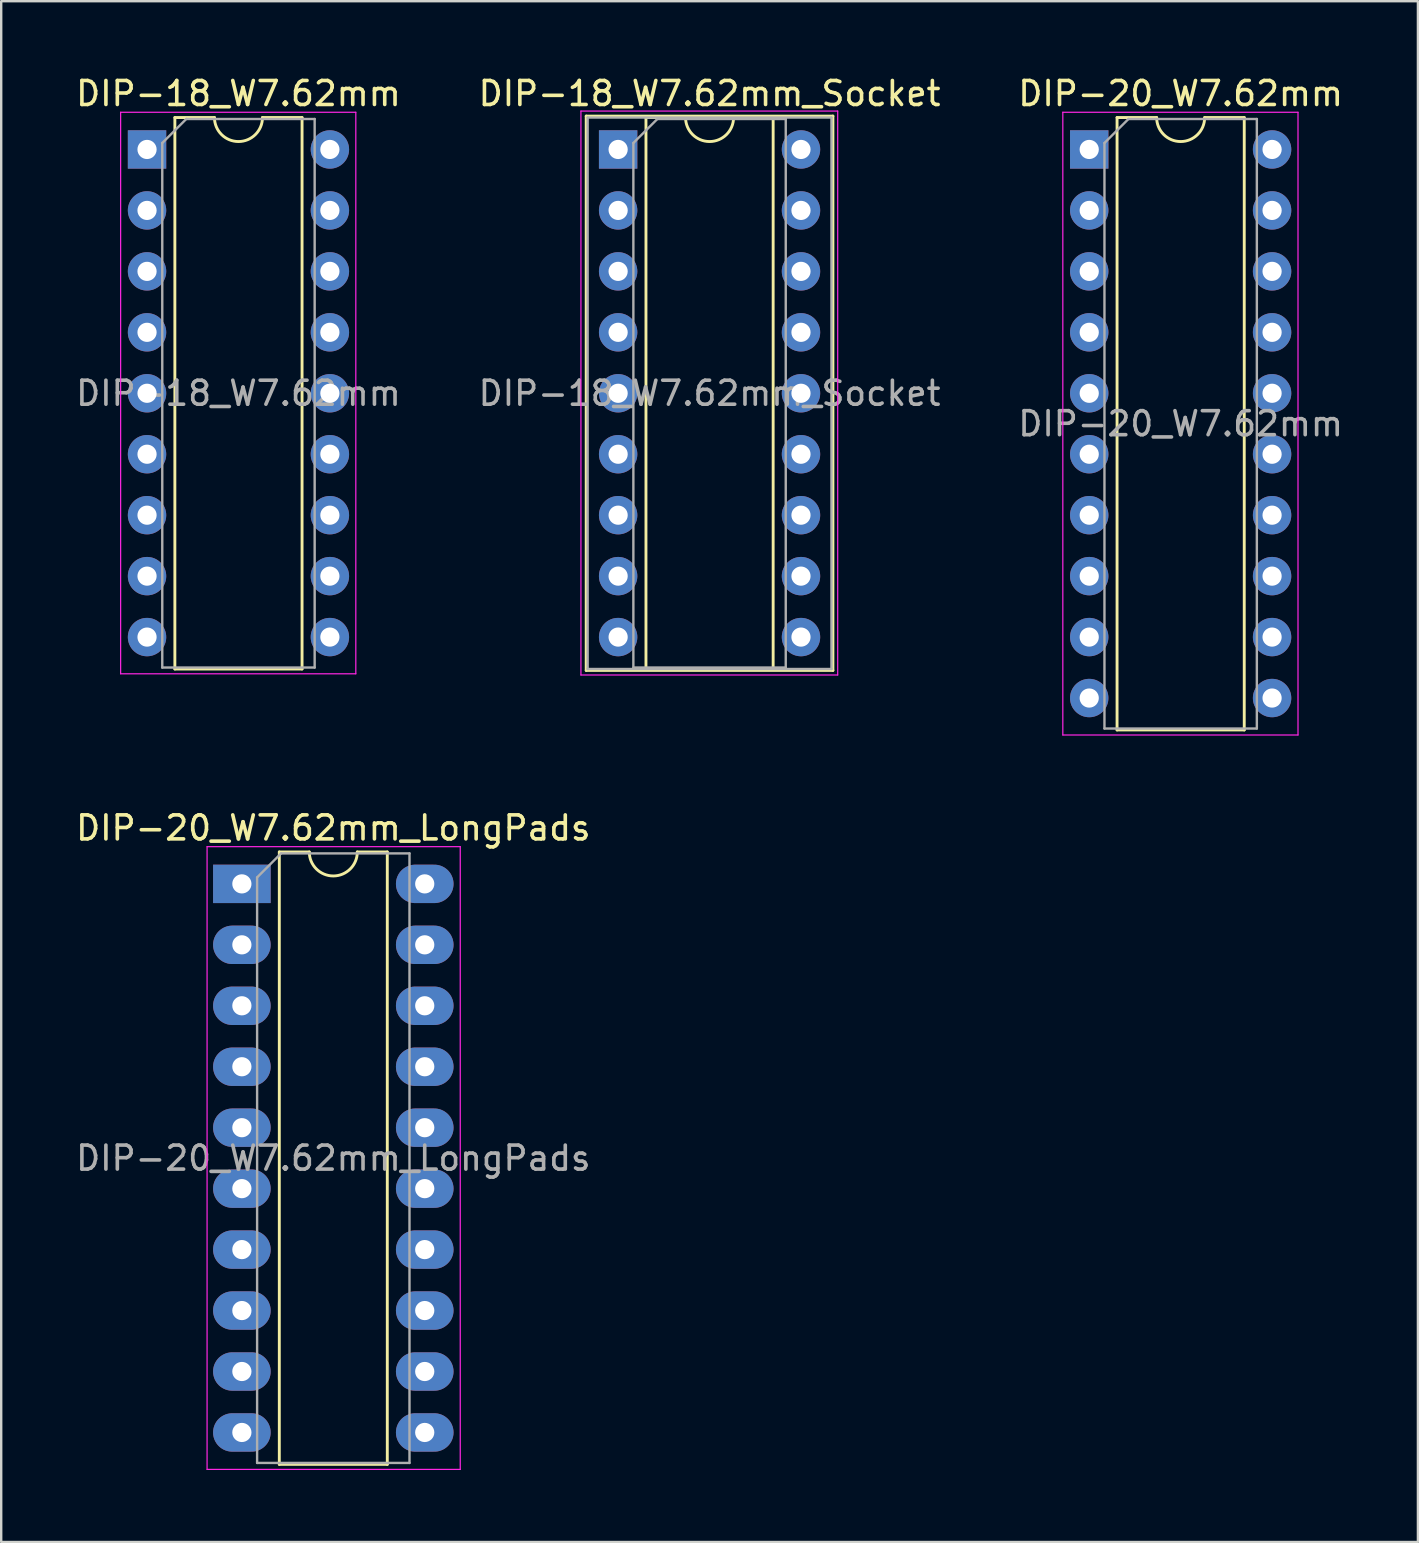
<source format=kicad_pcb>
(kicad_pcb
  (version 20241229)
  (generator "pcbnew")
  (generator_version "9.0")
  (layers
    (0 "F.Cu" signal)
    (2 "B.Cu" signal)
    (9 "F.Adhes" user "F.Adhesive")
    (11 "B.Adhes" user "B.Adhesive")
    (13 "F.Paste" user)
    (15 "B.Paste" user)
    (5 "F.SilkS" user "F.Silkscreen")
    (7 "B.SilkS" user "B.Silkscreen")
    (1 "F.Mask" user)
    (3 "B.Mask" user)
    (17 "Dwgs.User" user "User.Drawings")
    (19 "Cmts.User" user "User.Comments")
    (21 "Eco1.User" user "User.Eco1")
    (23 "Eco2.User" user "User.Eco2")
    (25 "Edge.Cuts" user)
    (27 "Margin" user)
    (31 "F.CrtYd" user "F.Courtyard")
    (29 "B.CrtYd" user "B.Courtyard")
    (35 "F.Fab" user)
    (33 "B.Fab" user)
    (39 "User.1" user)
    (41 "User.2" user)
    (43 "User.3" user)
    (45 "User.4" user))
  (footprint "DIP-18_W7.62mm_Socket"
    (layer "F.Cu")
    (at 22.708 3.178)
    (property "Reference" "DIP-18_W7.62mm_Socket" (at 3.81 -2.33 0) (layer "F.SilkS") (effects (font (size 1 1) (thickness 0.15))))
    (attr through_hole)
    (fp_line (start -1.33 -1.39) (end -1.33 21.71) (stroke (width 0.12) (type solid)) (layer "F.SilkS"))
    (fp_line (start -1.33 21.71) (end 8.95 21.71) (stroke (width 0.12) (type solid)) (layer "F.SilkS"))
    (fp_line (start 1.16 -1.33) (end 1.16 21.65) (stroke (width 0.12) (type solid)) (layer "F.SilkS"))
    (fp_line (start 1.16 21.65) (end 6.46 21.65) (stroke (width 0.12) (type solid)) (layer "F.SilkS"))
    (fp_line (start 2.81 -1.33) (end 1.16 -1.33) (stroke (width 0.12) (type solid)) (layer "F.SilkS"))
    (fp_line (start 6.46 -1.33) (end 4.81 -1.33) (stroke (width 0.12) (type solid)) (layer "F.SilkS"))
    (fp_line (start 6.46 21.65) (end 6.46 -1.33) (stroke (width 0.12) (type solid)) (layer "F.SilkS"))
    (fp_line (start 8.95 -1.39) (end -1.33 -1.39) (stroke (width 0.12) (type solid)) (layer "F.SilkS"))
    (fp_line (start 8.95 21.71) (end 8.95 -1.39) (stroke (width 0.12) (type solid)) (layer "F.SilkS"))
    (fp_arc (start 4.81 -1.33) (mid 3.81 -0.33) (end 2.81 -1.33) (stroke (width 0.12) (type solid)) (layer "F.SilkS"))
    (fp_line (start -1.55 -1.6) (end -1.55 21.9) (stroke (width 0.05) (type solid)) (layer "F.CrtYd"))
    (fp_line (start -1.55 21.9) (end 9.15 21.9) (stroke (width 0.05) (type solid)) (layer "F.CrtYd"))
    (fp_line (start 9.15 -1.6) (end -1.55 -1.6) (stroke (width 0.05) (type solid)) (layer "F.CrtYd"))
    (fp_line (start 9.15 21.9) (end 9.15 -1.6) (stroke (width 0.05) (type solid)) (layer "F.CrtYd"))
    (fp_line (start -1.27 -1.33) (end -1.27 21.65) (stroke (width 0.1) (type solid)) (layer "F.Fab"))
    (fp_line (start -1.27 21.65) (end 8.89 21.65) (stroke (width 0.1) (type solid)) (layer "F.Fab"))
    (fp_line (start 0.635 -0.27) (end 1.635 -1.27) (stroke (width 0.1) (type solid)) (layer "F.Fab"))
    (fp_line (start 0.635 21.59) (end 0.635 -0.27) (stroke (width 0.1) (type solid)) (layer "F.Fab"))
    (fp_line (start 1.635 -1.27) (end 6.985 -1.27) (stroke (width 0.1) (type solid)) (layer "F.Fab"))
    (fp_line (start 6.985 -1.27) (end 6.985 21.59) (stroke (width 0.1) (type solid)) (layer "F.Fab"))
    (fp_line (start 6.985 21.59) (end 0.635 21.59) (stroke (width 0.1) (type solid)) (layer "F.Fab"))
    (fp_line (start 8.89 -1.33) (end -1.27 -1.33) (stroke (width 0.1) (type solid)) (layer "F.Fab"))
    (fp_line (start 8.89 21.65) (end 8.89 -1.33) (stroke (width 0.1) (type solid)) (layer "F.Fab"))
    (fp_text user "${REFERENCE}" (at 3.81 10.16 0) (layer "F.Fab") (effects (font (size 1 1) (thickness 0.15))))
    (pad "1" thru_hole rect (at 0 0) (size 1.6 1.6) (drill 0.8) (layers "*.Cu" "*.Mask"))
    (pad "2" thru_hole oval (at 0 2.54) (size 1.6 1.6) (drill 0.8) (layers "*.Cu" "*.Mask"))
    (pad "3" thru_hole oval (at 0 5.08) (size 1.6 1.6) (drill 0.8) (layers "*.Cu" "*.Mask"))
    (pad "4" thru_hole oval (at 0 7.62) (size 1.6 1.6) (drill 0.8) (layers "*.Cu" "*.Mask"))
    (pad "5" thru_hole oval (at 0 10.16) (size 1.6 1.6) (drill 0.8) (layers "*.Cu" "*.Mask"))
    (pad "6" thru_hole oval (at 0 12.7) (size 1.6 1.6) (drill 0.8) (layers "*.Cu" "*.Mask"))
    (pad "7" thru_hole oval (at 0 15.24) (size 1.6 1.6) (drill 0.8) (layers "*.Cu" "*.Mask"))
    (pad "8" thru_hole oval (at 0 17.78) (size 1.6 1.6) (drill 0.8) (layers "*.Cu" "*.Mask"))
    (pad "9" thru_hole oval (at 0 20.32) (size 1.6 1.6) (drill 0.8) (layers "*.Cu" "*.Mask"))
    (pad "10" thru_hole oval (at 7.62 20.32) (size 1.6 1.6) (drill 0.8) (layers "*.Cu" "*.Mask"))
    (pad "11" thru_hole oval (at 7.62 17.78) (size 1.6 1.6) (drill 0.8) (layers "*.Cu" "*.Mask"))
    (pad "12" thru_hole oval (at 7.62 15.24) (size 1.6 1.6) (drill 0.8) (layers "*.Cu" "*.Mask"))
    (pad "13" thru_hole oval (at 7.62 12.7) (size 1.6 1.6) (drill 0.8) (layers "*.Cu" "*.Mask"))
    (pad "14" thru_hole oval (at 7.62 10.16) (size 1.6 1.6) (drill 0.8) (layers "*.Cu" "*.Mask"))
    (pad "15" thru_hole oval (at 7.62 7.62) (size 1.6 1.6) (drill 0.8) (layers "*.Cu" "*.Mask"))
    (pad "16" thru_hole oval (at 7.62 5.08) (size 1.6 1.6) (drill 0.8) (layers "*.Cu" "*.Mask"))
    (pad "17" thru_hole oval (at 7.62 2.54) (size 1.6 1.6) (drill 0.8) (layers "*.Cu" "*.Mask"))
    (pad "18" thru_hole oval (at 7.62 0) (size 1.6 1.6) (drill 0.8) (layers "*.Cu" "*.Mask")))
  (footprint "DIP-20_W7.62mm"
    (layer "F.Cu")
    (at 42.339 3.178)
    (property "Reference" "DIP-20_W7.62mm" (at 3.81 -2.33 0) (layer "F.SilkS") (effects (font (size 1 1) (thickness 0.15))))
    (attr through_hole)
    (fp_line (start 1.16 -1.33) (end 1.16 24.19) (stroke (width 0.12) (type solid)) (layer "F.SilkS"))
    (fp_line (start 1.16 24.19) (end 6.46 24.19) (stroke (width 0.12) (type solid)) (layer "F.SilkS"))
    (fp_line (start 2.81 -1.33) (end 1.16 -1.33) (stroke (width 0.12) (type solid)) (layer "F.SilkS"))
    (fp_line (start 6.46 -1.33) (end 4.81 -1.33) (stroke (width 0.12) (type solid)) (layer "F.SilkS"))
    (fp_line (start 6.46 24.19) (end 6.46 -1.33) (stroke (width 0.12) (type solid)) (layer "F.SilkS"))
    (fp_arc (start 4.81 -1.33) (mid 3.81 -0.33) (end 2.81 -1.33) (stroke (width 0.12) (type solid)) (layer "F.SilkS"))
    (fp_line (start -1.1 -1.55) (end -1.1 24.4) (stroke (width 0.05) (type solid)) (layer "F.CrtYd"))
    (fp_line (start -1.1 24.4) (end 8.7 24.4) (stroke (width 0.05) (type solid)) (layer "F.CrtYd"))
    (fp_line (start 8.7 -1.55) (end -1.1 -1.55) (stroke (width 0.05) (type solid)) (layer "F.CrtYd"))
    (fp_line (start 8.7 24.4) (end 8.7 -1.55) (stroke (width 0.05) (type solid)) (layer "F.CrtYd"))
    (fp_line (start 0.635 -0.27) (end 1.635 -1.27) (stroke (width 0.1) (type solid)) (layer "F.Fab"))
    (fp_line (start 0.635 24.13) (end 0.635 -0.27) (stroke (width 0.1) (type solid)) (layer "F.Fab"))
    (fp_line (start 1.635 -1.27) (end 6.985 -1.27) (stroke (width 0.1) (type solid)) (layer "F.Fab"))
    (fp_line (start 6.985 -1.27) (end 6.985 24.13) (stroke (width 0.1) (type solid)) (layer "F.Fab"))
    (fp_line (start 6.985 24.13) (end 0.635 24.13) (stroke (width 0.1) (type solid)) (layer "F.Fab"))
    (fp_text user "${REFERENCE}" (at 3.81 11.43 0) (layer "F.Fab") (effects (font (size 1 1) (thickness 0.15))))
    (pad "1" thru_hole rect (at 0 0) (size 1.6 1.6) (drill 0.8) (layers "*.Cu" "*.Mask"))
    (pad "2" thru_hole oval (at 0 2.54) (size 1.6 1.6) (drill 0.8) (layers "*.Cu" "*.Mask"))
    (pad "3" thru_hole oval (at 0 5.08) (size 1.6 1.6) (drill 0.8) (layers "*.Cu" "*.Mask"))
    (pad "4" thru_hole oval (at 0 7.62) (size 1.6 1.6) (drill 0.8) (layers "*.Cu" "*.Mask"))
    (pad "5" thru_hole oval (at 0 10.16) (size 1.6 1.6) (drill 0.8) (layers "*.Cu" "*.Mask"))
    (pad "6" thru_hole oval (at 0 12.7) (size 1.6 1.6) (drill 0.8) (layers "*.Cu" "*.Mask"))
    (pad "7" thru_hole oval (at 0 15.24) (size 1.6 1.6) (drill 0.8) (layers "*.Cu" "*.Mask"))
    (pad "8" thru_hole oval (at 0 17.78) (size 1.6 1.6) (drill 0.8) (layers "*.Cu" "*.Mask"))
    (pad "9" thru_hole oval (at 0 20.32) (size 1.6 1.6) (drill 0.8) (layers "*.Cu" "*.Mask"))
    (pad "10" thru_hole oval (at 0 22.86) (size 1.6 1.6) (drill 0.8) (layers "*.Cu" "*.Mask"))
    (pad "11" thru_hole oval (at 7.62 22.86) (size 1.6 1.6) (drill 0.8) (layers "*.Cu" "*.Mask"))
    (pad "12" thru_hole oval (at 7.62 20.32) (size 1.6 1.6) (drill 0.8) (layers "*.Cu" "*.Mask"))
    (pad "13" thru_hole oval (at 7.62 17.78) (size 1.6 1.6) (drill 0.8) (layers "*.Cu" "*.Mask"))
    (pad "14" thru_hole oval (at 7.62 15.24) (size 1.6 1.6) (drill 0.8) (layers "*.Cu" "*.Mask"))
    (pad "15" thru_hole oval (at 7.62 12.7) (size 1.6 1.6) (drill 0.8) (layers "*.Cu" "*.Mask"))
    (pad "16" thru_hole oval (at 7.62 10.16) (size 1.6 1.6) (drill 0.8) (layers "*.Cu" "*.Mask"))
    (pad "17" thru_hole oval (at 7.62 7.62) (size 1.6 1.6) (drill 0.8) (layers "*.Cu" "*.Mask"))
    (pad "18" thru_hole oval (at 7.62 5.08) (size 1.6 1.6) (drill 0.8) (layers "*.Cu" "*.Mask"))
    (pad "19" thru_hole oval (at 7.62 2.54) (size 1.6 1.6) (drill 0.8) (layers "*.Cu" "*.Mask"))
    (pad "20" thru_hole oval (at 7.62 0) (size 1.6 1.6) (drill 0.8) (layers "*.Cu" "*.Mask")))
  (footprint "DIP-20_W7.62mm_LongPads"
    (layer "F.Cu")
    (at 7.029 33.782)
    (property "Reference" "DIP-20_W7.62mm_LongPads" (at 3.81 -2.33 0) (layer "F.SilkS") (effects (font (size 1 1) (thickness 0.15))))
    (attr through_hole)
    (fp_line (start 1.56 -1.33) (end 1.56 24.19) (stroke (width 0.12) (type solid)) (layer "F.SilkS"))
    (fp_line (start 1.56 24.19) (end 6.06 24.19) (stroke (width 0.12) (type solid)) (layer "F.SilkS"))
    (fp_line (start 2.81 -1.33) (end 1.56 -1.33) (stroke (width 0.12) (type solid)) (layer "F.SilkS"))
    (fp_line (start 6.06 -1.33) (end 4.81 -1.33) (stroke (width 0.12) (type solid)) (layer "F.SilkS"))
    (fp_line (start 6.06 24.19) (end 6.06 -1.33) (stroke (width 0.12) (type solid)) (layer "F.SilkS"))
    (fp_arc (start 4.81 -1.33) (mid 3.81 -0.33) (end 2.81 -1.33) (stroke (width 0.12) (type solid)) (layer "F.SilkS"))
    (fp_line (start -1.45 -1.55) (end -1.45 24.4) (stroke (width 0.05) (type solid)) (layer "F.CrtYd"))
    (fp_line (start -1.45 24.4) (end 9.1 24.4) (stroke (width 0.05) (type solid)) (layer "F.CrtYd"))
    (fp_line (start 9.1 -1.55) (end -1.45 -1.55) (stroke (width 0.05) (type solid)) (layer "F.CrtYd"))
    (fp_line (start 9.1 24.4) (end 9.1 -1.55) (stroke (width 0.05) (type solid)) (layer "F.CrtYd"))
    (fp_line (start 0.635 -0.27) (end 1.635 -1.27) (stroke (width 0.1) (type solid)) (layer "F.Fab"))
    (fp_line (start 0.635 24.13) (end 0.635 -0.27) (stroke (width 0.1) (type solid)) (layer "F.Fab"))
    (fp_line (start 1.635 -1.27) (end 6.985 -1.27) (stroke (width 0.1) (type solid)) (layer "F.Fab"))
    (fp_line (start 6.985 -1.27) (end 6.985 24.13) (stroke (width 0.1) (type solid)) (layer "F.Fab"))
    (fp_line (start 6.985 24.13) (end 0.635 24.13) (stroke (width 0.1) (type solid)) (layer "F.Fab"))
    (fp_text user "${REFERENCE}" (at 3.81 11.43 0) (layer "F.Fab") (effects (font (size 1 1) (thickness 0.15))))
    (pad "1" thru_hole rect (at 0 0) (size 2.4 1.6) (drill 0.8) (layers "*.Cu" "*.Mask"))
    (pad "2" thru_hole oval (at 0 2.54) (size 2.4 1.6) (drill 0.8) (layers "*.Cu" "*.Mask"))
    (pad "3" thru_hole oval (at 0 5.08) (size 2.4 1.6) (drill 0.8) (layers "*.Cu" "*.Mask"))
    (pad "4" thru_hole oval (at 0 7.62) (size 2.4 1.6) (drill 0.8) (layers "*.Cu" "*.Mask"))
    (pad "5" thru_hole oval (at 0 10.16) (size 2.4 1.6) (drill 0.8) (layers "*.Cu" "*.Mask"))
    (pad "6" thru_hole oval (at 0 12.7) (size 2.4 1.6) (drill 0.8) (layers "*.Cu" "*.Mask"))
    (pad "7" thru_hole oval (at 0 15.24) (size 2.4 1.6) (drill 0.8) (layers "*.Cu" "*.Mask"))
    (pad "8" thru_hole oval (at 0 17.78) (size 2.4 1.6) (drill 0.8) (layers "*.Cu" "*.Mask"))
    (pad "9" thru_hole oval (at 0 20.32) (size 2.4 1.6) (drill 0.8) (layers "*.Cu" "*.Mask"))
    (pad "10" thru_hole oval (at 0 22.86) (size 2.4 1.6) (drill 0.8) (layers "*.Cu" "*.Mask"))
    (pad "11" thru_hole oval (at 7.62 22.86) (size 2.4 1.6) (drill 0.8) (layers "*.Cu" "*.Mask"))
    (pad "12" thru_hole oval (at 7.62 20.32) (size 2.4 1.6) (drill 0.8) (layers "*.Cu" "*.Mask"))
    (pad "13" thru_hole oval (at 7.62 17.78) (size 2.4 1.6) (drill 0.8) (layers "*.Cu" "*.Mask"))
    (pad "14" thru_hole oval (at 7.62 15.24) (size 2.4 1.6) (drill 0.8) (layers "*.Cu" "*.Mask"))
    (pad "15" thru_hole oval (at 7.62 12.7) (size 2.4 1.6) (drill 0.8) (layers "*.Cu" "*.Mask"))
    (pad "16" thru_hole oval (at 7.62 10.16) (size 2.4 1.6) (drill 0.8) (layers "*.Cu" "*.Mask"))
    (pad "17" thru_hole oval (at 7.62 7.62) (size 2.4 1.6) (drill 0.8) (layers "*.Cu" "*.Mask"))
    (pad "18" thru_hole oval (at 7.62 5.08) (size 2.4 1.6) (drill 0.8) (layers "*.Cu" "*.Mask"))
    (pad "19" thru_hole oval (at 7.62 2.54) (size 2.4 1.6) (drill 0.8) (layers "*.Cu" "*.Mask"))
    (pad "20" thru_hole oval (at 7.62 0) (size 2.4 1.6) (drill 0.8) (layers "*.Cu" "*.Mask")))
  (footprint "DIP-18_W7.62mm"
    (layer "F.Cu")
    (at 3.077 3.178)
    (property "Reference" "DIP-18_W7.62mm" (at 3.81 -2.33 0) (layer "F.SilkS") (effects (font (size 1 1) (thickness 0.15))))
    (attr through_hole)
    (fp_line (start 1.16 -1.33) (end 1.16 21.65) (stroke (width 0.12) (type solid)) (layer "F.SilkS"))
    (fp_line (start 1.16 21.65) (end 6.46 21.65) (stroke (width 0.12) (type solid)) (layer "F.SilkS"))
    (fp_line (start 2.81 -1.33) (end 1.16 -1.33) (stroke (width 0.12) (type solid)) (layer "F.SilkS"))
    (fp_line (start 6.46 -1.33) (end 4.81 -1.33) (stroke (width 0.12) (type solid)) (layer "F.SilkS"))
    (fp_line (start 6.46 21.65) (end 6.46 -1.33) (stroke (width 0.12) (type solid)) (layer "F.SilkS"))
    (fp_arc (start 4.81 -1.33) (mid 3.81 -0.33) (end 2.81 -1.33) (stroke (width 0.12) (type solid)) (layer "F.SilkS"))
    (fp_line (start -1.1 -1.55) (end -1.1 21.85) (stroke (width 0.05) (type solid)) (layer "F.CrtYd"))
    (fp_line (start -1.1 21.85) (end 8.7 21.85) (stroke (width 0.05) (type solid)) (layer "F.CrtYd"))
    (fp_line (start 8.7 -1.55) (end -1.1 -1.55) (stroke (width 0.05) (type solid)) (layer "F.CrtYd"))
    (fp_line (start 8.7 21.85) (end 8.7 -1.55) (stroke (width 0.05) (type solid)) (layer "F.CrtYd"))
    (fp_line (start 0.635 -0.27) (end 1.635 -1.27) (stroke (width 0.1) (type solid)) (layer "F.Fab"))
    (fp_line (start 0.635 21.59) (end 0.635 -0.27) (stroke (width 0.1) (type solid)) (layer "F.Fab"))
    (fp_line (start 1.635 -1.27) (end 6.985 -1.27) (stroke (width 0.1) (type solid)) (layer "F.Fab"))
    (fp_line (start 6.985 -1.27) (end 6.985 21.59) (stroke (width 0.1) (type solid)) (layer "F.Fab"))
    (fp_line (start 6.985 21.59) (end 0.635 21.59) (stroke (width 0.1) (type solid)) (layer "F.Fab"))
    (fp_text user "${REFERENCE}" (at 3.81 10.16 0) (layer "F.Fab") (effects (font (size 1 1) (thickness 0.15))))
    (pad "1" thru_hole rect (at 0 0) (size 1.6 1.6) (drill 0.8) (layers "*.Cu" "*.Mask"))
    (pad "2" thru_hole oval (at 0 2.54) (size 1.6 1.6) (drill 0.8) (layers "*.Cu" "*.Mask"))
    (pad "3" thru_hole oval (at 0 5.08) (size 1.6 1.6) (drill 0.8) (layers "*.Cu" "*.Mask"))
    (pad "4" thru_hole oval (at 0 7.62) (size 1.6 1.6) (drill 0.8) (layers "*.Cu" "*.Mask"))
    (pad "5" thru_hole oval (at 0 10.16) (size 1.6 1.6) (drill 0.8) (layers "*.Cu" "*.Mask"))
    (pad "6" thru_hole oval (at 0 12.7) (size 1.6 1.6) (drill 0.8) (layers "*.Cu" "*.Mask"))
    (pad "7" thru_hole oval (at 0 15.24) (size 1.6 1.6) (drill 0.8) (layers "*.Cu" "*.Mask"))
    (pad "8" thru_hole oval (at 0 17.78) (size 1.6 1.6) (drill 0.8) (layers "*.Cu" "*.Mask"))
    (pad "9" thru_hole oval (at 0 20.32) (size 1.6 1.6) (drill 0.8) (layers "*.Cu" "*.Mask"))
    (pad "10" thru_hole oval (at 7.62 20.32) (size 1.6 1.6) (drill 0.8) (layers "*.Cu" "*.Mask"))
    (pad "11" thru_hole oval (at 7.62 17.78) (size 1.6 1.6) (drill 0.8) (layers "*.Cu" "*.Mask"))
    (pad "12" thru_hole oval (at 7.62 15.24) (size 1.6 1.6) (drill 0.8) (layers "*.Cu" "*.Mask"))
    (pad "13" thru_hole oval (at 7.62 12.7) (size 1.6 1.6) (drill 0.8) (layers "*.Cu" "*.Mask"))
    (pad "14" thru_hole oval (at 7.62 10.16) (size 1.6 1.6) (drill 0.8) (layers "*.Cu" "*.Mask"))
    (pad "15" thru_hole oval (at 7.62 7.62) (size 1.6 1.6) (drill 0.8) (layers "*.Cu" "*.Mask"))
    (pad "16" thru_hole oval (at 7.62 5.08) (size 1.6 1.6) (drill 0.8) (layers "*.Cu" "*.Mask"))
    (pad "17" thru_hole oval (at 7.62 2.54) (size 1.6 1.6) (drill 0.8) (layers "*.Cu" "*.Mask"))
    (pad "18" thru_hole oval (at 7.62 0) (size 1.6 1.6) (drill 0.8) (layers "*.Cu" "*.Mask")))
  (gr_rect
    (start -3 -3)
    (end 56.036 61.206)
    (stroke (width 0.1) (type default))
    (fill no)
    (layer "Edge.Cuts")))
</source>
